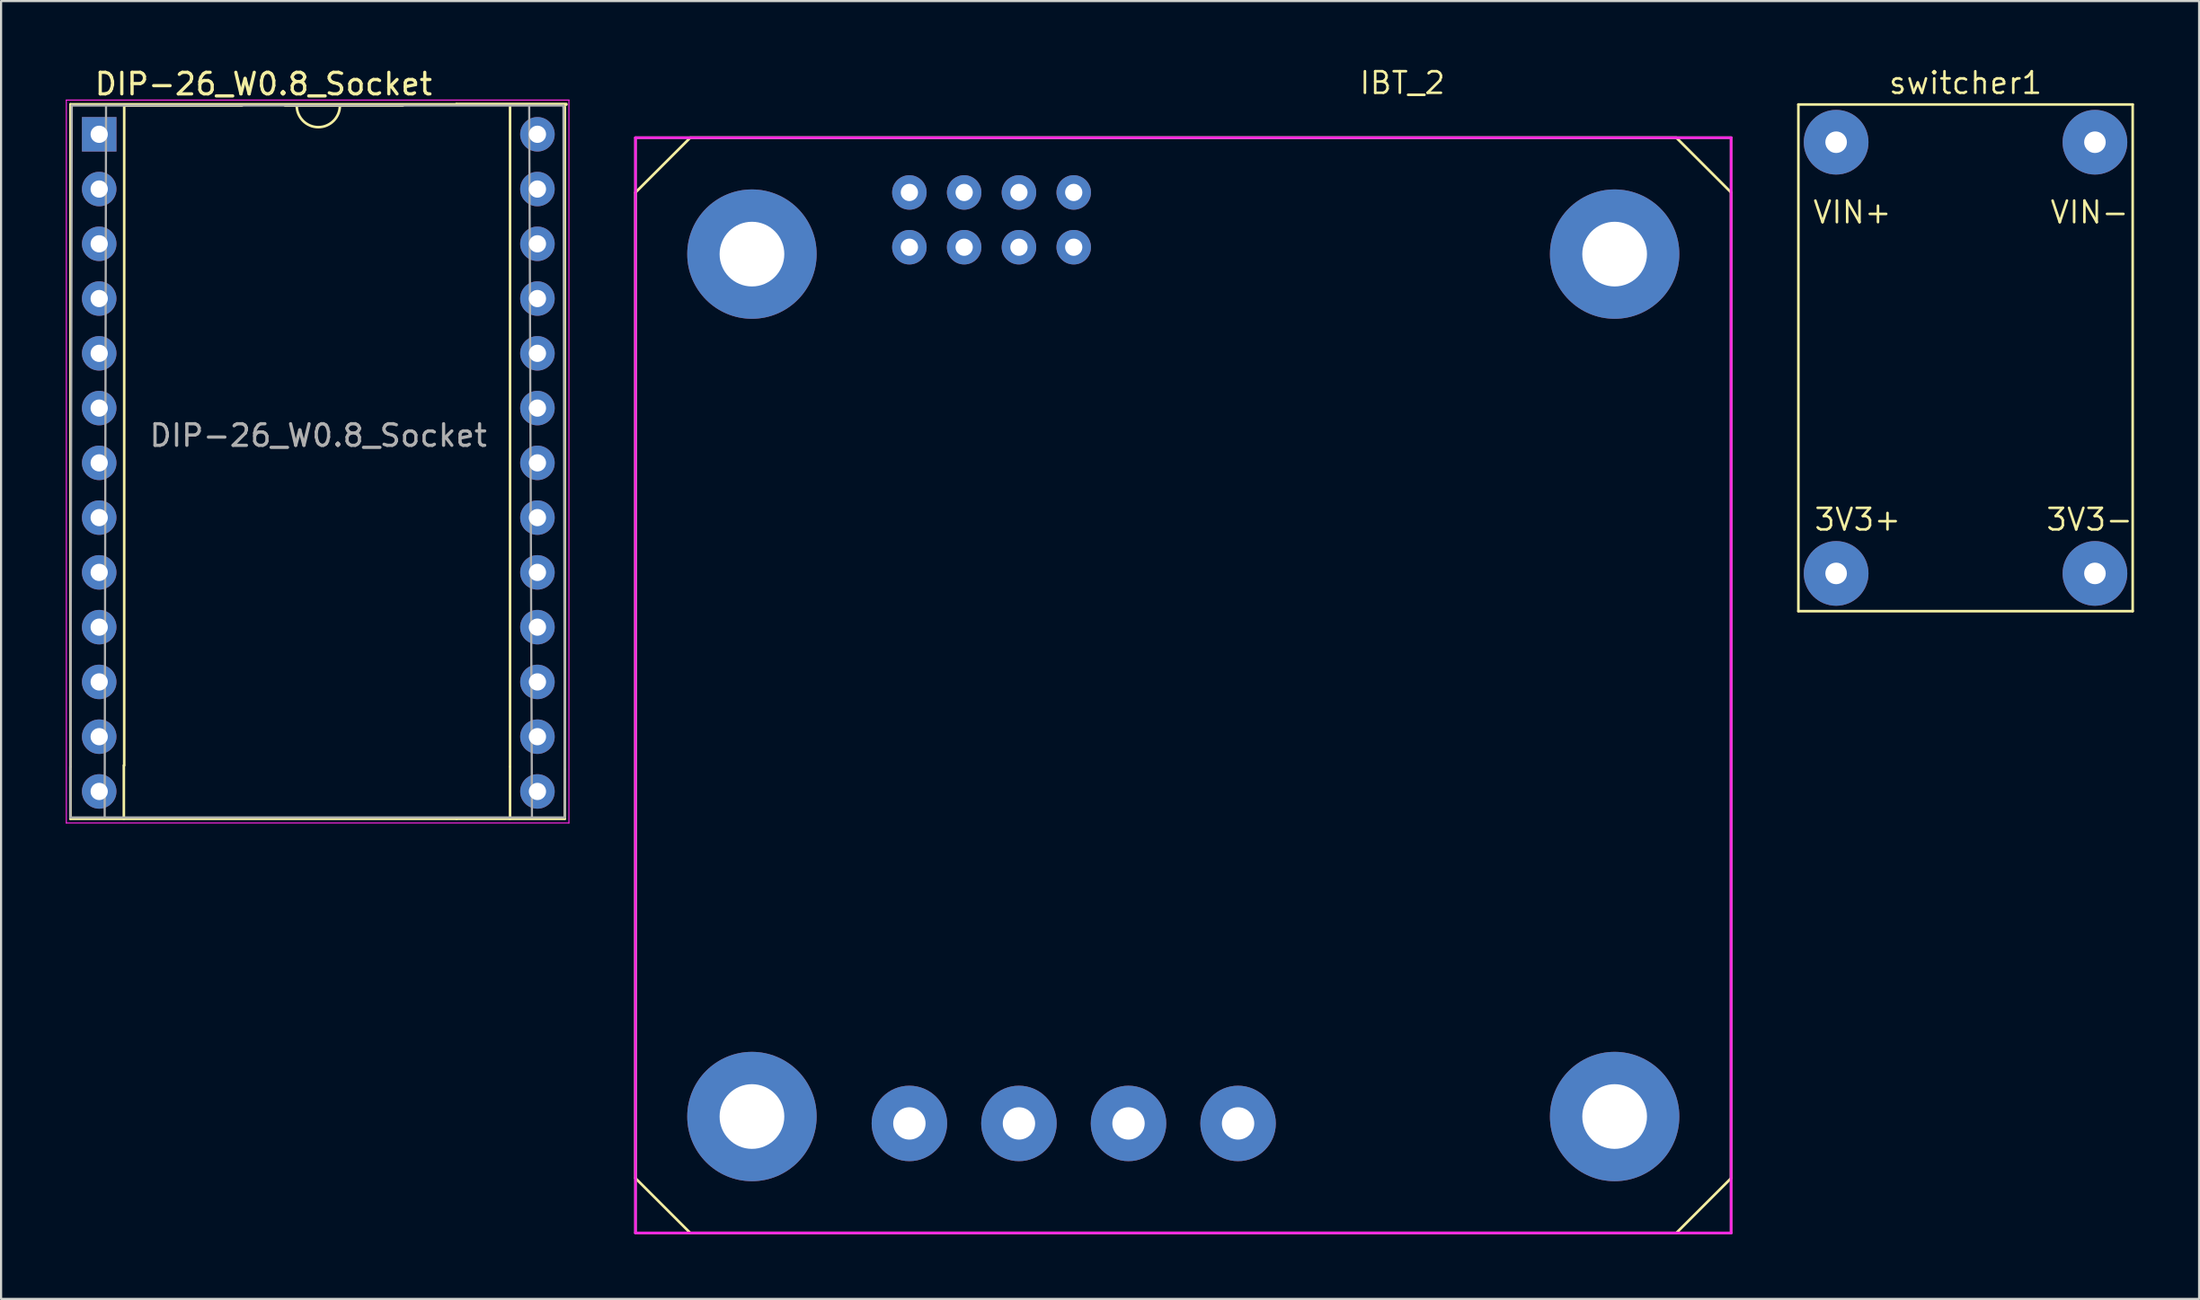
<source format=kicad_pcb>
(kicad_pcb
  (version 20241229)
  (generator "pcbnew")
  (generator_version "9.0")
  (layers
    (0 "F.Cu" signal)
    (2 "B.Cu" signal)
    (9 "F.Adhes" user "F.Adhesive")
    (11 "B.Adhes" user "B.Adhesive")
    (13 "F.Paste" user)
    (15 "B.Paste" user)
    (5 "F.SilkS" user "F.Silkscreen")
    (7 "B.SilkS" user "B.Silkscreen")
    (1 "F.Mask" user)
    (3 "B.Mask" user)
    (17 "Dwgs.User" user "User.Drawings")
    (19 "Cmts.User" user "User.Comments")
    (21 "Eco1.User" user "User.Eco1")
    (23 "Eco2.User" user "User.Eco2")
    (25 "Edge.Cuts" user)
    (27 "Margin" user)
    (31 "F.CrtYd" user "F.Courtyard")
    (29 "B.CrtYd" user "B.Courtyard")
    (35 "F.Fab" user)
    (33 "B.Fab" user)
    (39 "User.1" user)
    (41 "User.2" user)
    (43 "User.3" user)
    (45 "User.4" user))
  (footprint "IBT_2"
    (layer "F.Cu")
    (at 51.815 28.736)
    (property "Reference" "IBT_2" (at 10.16 -27.94 0) (layer "F.SilkS") (effects (font (size 1 1) (thickness 0.12))))
    (attr through_hole)
    (fp_line (start -25.4 -22.86) (end -22.86 -25.4) (stroke (width 0.12) (type solid)) (layer "F.SilkS"))
    (fp_line (start -25.4 22.86) (end -25.4 -22.86) (stroke (width 0.12) (type solid)) (layer "F.SilkS"))
    (fp_line (start -22.86 -25.4) (end 22.86 -25.4) (stroke (width 0.12) (type solid)) (layer "F.SilkS"))
    (fp_line (start -22.86 25.4) (end -25.4 22.86) (stroke (width 0.12) (type solid)) (layer "F.SilkS"))
    (fp_line (start 22.86 -25.4) (end 25.4 -22.86) (stroke (width 0.12) (type solid)) (layer "F.SilkS"))
    (fp_line (start 22.86 25.4) (end -22.86 25.4) (stroke (width 0.12) (type solid)) (layer "F.SilkS"))
    (fp_line (start 25.4 -22.86) (end 25.4 22.86) (stroke (width 0.12) (type solid)) (layer "F.SilkS"))
    (fp_line (start 25.4 22.86) (end 22.86 25.4) (stroke (width 0.12) (type solid)) (layer "F.SilkS"))
    (fp_line (start -25.4 -25.4) (end 25.4 -25.4) (stroke (width 0.12) (type solid)) (layer "F.CrtYd"))
    (fp_line (start -25.4 25.4) (end -25.4 -25.4) (stroke (width 0.12) (type solid)) (layer "F.CrtYd"))
    (fp_line (start 25.4 -25.4) (end 25.4 25.4) (stroke (width 0.12) (type solid)) (layer "F.CrtYd"))
    (fp_line (start 25.4 25.4) (end -25.4 25.4) (stroke (width 0.12) (type solid)) (layer "F.CrtYd"))
    (fp_line (start -25.4 -25.4) (end 25.4 -25.4) (stroke (width 0.12) (type solid)) (layer "F.Fab"))
    (fp_line (start -25.4 25.4) (end -25.4 -25.4) (stroke (width 0.12) (type solid)) (layer "F.Fab"))
    (fp_line (start 25.4 -25.4) (end 25.4 25.4) (stroke (width 0.12) (type solid)) (layer "F.Fab"))
    (fp_line (start 25.4 25.4) (end -25.4 25.4) (stroke (width 0.12) (type solid)) (layer "F.Fab"))
    (pad "1" thru_hole oval (at -12.7 -20.32) (size 1.6 1.6) (drill 0.8) (layers "*.Cu" "*.Mask"))
    (pad "2" thru_hole oval (at -12.7 -22.86) (size 1.6 1.6) (drill 0.8) (layers "*.Cu" "*.Mask"))
    (pad "3" thru_hole oval (at -10.16 -20.32) (size 1.6 1.6) (drill 0.8) (layers "*.Cu" "*.Mask"))
    (pad "4" thru_hole oval (at -10.16 -22.86) (size 1.6 1.6) (drill 0.8) (layers "*.Cu" "*.Mask"))
    (pad "5" thru_hole oval (at -7.62 -20.32) (size 1.6 1.6) (drill 0.8) (layers "*.Cu" "*.Mask"))
    (pad "6" thru_hole oval (at -7.62 -22.86) (size 1.6 1.6) (drill 0.8) (layers "*.Cu" "*.Mask"))
    (pad "7" thru_hole oval (at -5.08 -20.32) (size 1.6 1.6) (drill 0.8) (layers "*.Cu" "*.Mask"))
    (pad "8" thru_hole oval (at -5.08 -22.86) (size 1.6 1.6) (drill 0.8) (layers "*.Cu" "*.Mask"))
    (pad "9" thru_hole oval (at -12.7 20.32) (size 3.5 3.5) (drill 1.5) (layers "*.Cu" "*.Mask"))
    (pad "10" thru_hole oval (at -7.62 20.32) (size 3.5 3.5) (drill 1.5) (layers "*.Cu" "*.Mask"))
    (pad "11" thru_hole oval (at -2.54 20.32) (size 3.5 3.5) (drill 1.5) (layers "*.Cu" "*.Mask"))
    (pad "12" thru_hole oval (at 2.54 20.32) (size 3.5 3.5) (drill 1.5) (layers "*.Cu" "*.Mask"))
    (pad "13" thru_hole oval (at -20 20) (size 6 6) (drill 3) (layers "*.Cu" "*.Mask"))
    (pad "14" thru_hole oval (at 20 20) (size 6 6) (drill 3) (layers "*.Cu" "*.Mask"))
    (pad "15" thru_hole oval (at 20 -20) (size 6 6) (drill 3) (layers "*.Cu" "*.Mask"))
    (pad "16" thru_hole oval (at -20 -20) (size 6 6) (drill 3) (layers "*.Cu" "*.Mask")))
  (footprint "DIP-26_W0.8_Socket"
    (layer "F.Cu")
    (at 1.549 3.178)
    (property "Reference" "DIP-26_W0.8_Socket" (at 7.62 -2.33 0) (layer "F.SilkS") (effects (font (size 1 1) (thickness 0.15))))
    (attr through_hole)
    (fp_line (start -1.333 29.337) (end -1.333 31.75) (stroke (width 0.12) (type solid)) (layer "F.SilkS"))
    (fp_line (start -1.333 31.75) (end 16.573 31.75) (stroke (width 0.12) (type solid)) (layer "F.SilkS"))
    (fp_line (start -1.33 -1.39) (end -1.33 29.33) (stroke (width 0.12) (type solid)) (layer "F.SilkS"))
    (fp_line (start 1.143 29.273) (end 1.143 31.75) (stroke (width 0.12) (type solid)) (layer "F.SilkS"))
    (fp_line (start 1.16 -1.33) (end 1.16 29.27) (stroke (width 0.12) (type solid)) (layer "F.SilkS"))
    (fp_line (start 6.62 -1.33) (end 1.16 -1.33) (stroke (width 0.12) (type solid)) (layer "F.SilkS"))
    (fp_line (start 14.08 -1.33) (end 8.62 -1.33) (stroke (width 0.12) (type solid)) (layer "F.SilkS"))
    (fp_line (start 16.57 -1.39) (end -1.33 -1.39) (stroke (width 0.12) (type solid)) (layer "F.SilkS"))
    (fp_line (start 16.57 -1.39) (end 21.65 -1.39) (stroke (width 0.15) (type solid)) (layer "F.SilkS"))
    (fp_line (start 16.573 31.75) (end 21.59 31.75) (stroke (width 0.12) (type solid)) (layer "F.SilkS"))
    (fp_line (start 19.05 29.33) (end 19.05 -1.27) (stroke (width 0.12) (type solid)) (layer "F.SilkS"))
    (fp_line (start 19.05 29.337) (end 19.05 31.75) (stroke (width 0.12) (type solid)) (layer "F.SilkS"))
    (fp_line (start 21.59 29.45) (end 21.59 -1.27) (stroke (width 0.12) (type solid)) (layer "F.SilkS"))
    (fp_line (start 21.59 31.75) (end 21.59 29.464) (stroke (width 0.12) (type solid)) (layer "F.SilkS"))
    (fp_arc (start 11.16 -1.33) (mid 10.16 -0.33) (end 9.16 -1.33) (stroke (width 0.12) (type solid)) (layer "F.SilkS"))
    (fp_line (start -1.524 -1.587) (end -1.524 31.941) (stroke (width 0.05) (type solid)) (layer "F.CrtYd"))
    (fp_line (start -1.524 31.941) (end 21.78 31.941) (stroke (width 0.05) (type solid)) (layer "F.CrtYd"))
    (fp_line (start 21.78 -1.587) (end -1.524 -1.587) (stroke (width 0.05) (type solid)) (layer "F.CrtYd"))
    (fp_line (start 21.78 31.941) (end 21.78 -1.587) (stroke (width 0.05) (type solid)) (layer "F.CrtYd"))
    (fp_line (start -1.333 31.686) (end 21.59 31.686) (stroke (width 0.1) (type solid)) (layer "F.Fab"))
    (fp_line (start -1.27 -1.333) (end -1.333 31.686) (stroke (width 0.1) (type solid)) (layer "F.Fab"))
    (fp_line (start 0.318 -1.333) (end 0.254 31.686) (stroke (width 0.1) (type solid)) (layer "F.Fab"))
    (fp_line (start 19.939 -1.333) (end 20.066 31.686) (stroke (width 0.1) (type solid)) (layer "F.Fab"))
    (fp_line (start 21.526 -1.333) (end -1.27 -1.333) (stroke (width 0.1) (type solid)) (layer "F.Fab"))
    (fp_line (start 21.526 -1.27) (end 21.526 -1.333) (stroke (width 0.1) (type solid)) (layer "F.Fab"))
    (fp_line (start 21.59 31.686) (end 21.526 -1.27) (stroke (width 0.1) (type solid)) (layer "F.Fab"))
    (fp_text user "${REFERENCE}" (at 10.16 13.97 0) (layer "F.Fab") (effects (font (size 1 1) (thickness 0.15))))
    (pad "1" thru_hole rect (at 0 0) (size 1.6 1.6) (drill 0.8) (layers "*.Cu" "*.Mask"))
    (pad "2" thru_hole oval (at 0 2.54) (size 1.6 1.6) (drill 0.8) (layers "*.Cu" "*.Mask"))
    (pad "3" thru_hole oval (at 0 5.08) (size 1.6 1.6) (drill 0.8) (layers "*.Cu" "*.Mask"))
    (pad "4" thru_hole oval (at 0 7.62) (size 1.6 1.6) (drill 0.8) (layers "*.Cu" "*.Mask"))
    (pad "5" thru_hole oval (at 0 10.16) (size 1.6 1.6) (drill 0.8) (layers "*.Cu" "*.Mask"))
    (pad "6" thru_hole oval (at 0 12.7) (size 1.6 1.6) (drill 0.8) (layers "*.Cu" "*.Mask"))
    (pad "7" thru_hole oval (at 0 15.24) (size 1.6 1.6) (drill 0.8) (layers "*.Cu" "*.Mask"))
    (pad "8" thru_hole oval (at 0 17.78) (size 1.6 1.6) (drill 0.8) (layers "*.Cu" "*.Mask"))
    (pad "9" thru_hole oval (at 0 20.32) (size 1.6 1.6) (drill 0.8) (layers "*.Cu" "*.Mask"))
    (pad "10" thru_hole oval (at 0 22.86) (size 1.6 1.6) (drill 0.8) (layers "*.Cu" "*.Mask"))
    (pad "11" thru_hole oval (at 0 25.4) (size 1.6 1.6) (drill 0.8) (layers "*.Cu" "*.Mask"))
    (pad "12" thru_hole oval (at 0 27.94) (size 1.6 1.6) (drill 0.8) (layers "*.Cu" "*.Mask"))
    (pad "13" thru_hole oval (at 0 30.48) (size 1.6 1.6) (drill 0.8) (layers "*.Cu" "*.Mask"))
    (pad "14" thru_hole oval (at 20.32 30.48) (size 1.6 1.6) (drill 0.8) (layers "*.Cu" "*.Mask"))
    (pad "15" thru_hole oval (at 20.32 27.94) (size 1.6 1.6) (drill 0.8) (layers "*.Cu" "*.Mask"))
    (pad "16" thru_hole oval (at 20.32 25.4) (size 1.6 1.6) (drill 0.8) (layers "*.Cu" "*.Mask"))
    (pad "17" thru_hole oval (at 20.32 22.86) (size 1.6 1.6) (drill 0.8) (layers "*.Cu" "*.Mask"))
    (pad "18" thru_hole oval (at 20.32 20.32) (size 1.6 1.6) (drill 0.8) (layers "*.Cu" "*.Mask"))
    (pad "19" thru_hole oval (at 20.32 17.78) (size 1.6 1.6) (drill 0.8) (layers "*.Cu" "*.Mask"))
    (pad "20" thru_hole oval (at 20.32 15.24) (size 1.6 1.6) (drill 0.8) (layers "*.Cu" "*.Mask"))
    (pad "21" thru_hole oval (at 20.32 12.7) (size 1.6 1.6) (drill 0.8) (layers "*.Cu" "*.Mask"))
    (pad "22" thru_hole oval (at 20.32 10.16) (size 1.6 1.6) (drill 0.8) (layers "*.Cu" "*.Mask"))
    (pad "23" thru_hole oval (at 20.32 7.62) (size 1.6 1.6) (drill 0.8) (layers "*.Cu" "*.Mask"))
    (pad "24" thru_hole oval (at 20.32 5.08) (size 1.6 1.6) (drill 0.8) (layers "*.Cu" "*.Mask"))
    (pad "25" thru_hole oval (at 20.32 2.54) (size 1.6 1.6) (drill 0.8) (layers "*.Cu" "*.Mask"))
    (pad "26" thru_hole oval (at 20.32 0) (size 1.6 1.6) (drill 0.8) (layers "*.Cu" "*.Mask")))
  (footprint "switcher1"
    (layer "F.Cu")
    (at 88.085 13.546)
    (property "Reference" "switcher1" (at 0 -12.75 0) (layer "F.SilkS") (effects (font (size 1 1) (thickness 0.12))))
    (attr through_hole)
    (fp_line (start -7.75 -11.75) (end -7.75 11.75) (stroke (width 0.12) (type solid)) (layer "F.SilkS"))
    (fp_line (start -7.75 11.75) (end 7.75 11.75) (stroke (width 0.12) (type solid)) (layer "F.SilkS"))
    (fp_line (start 7.75 -11.75) (end -7.75 -11.75) (stroke (width 0.12) (type solid)) (layer "F.SilkS"))
    (fp_line (start 7.75 11.75) (end 7.75 -11.75) (stroke (width 0.12) (type solid)) (layer "F.SilkS"))
    (fp_text user "3V3+" (at -5 7.5 0) (layer "F.SilkS") (effects (font (size 1 1) (thickness 0.12))))
    (fp_text user "VIN-" (at 5.75 -6.75 0) (layer "F.SilkS") (effects (font (size 1 1) (thickness 0.12))))
    (fp_text user "3V3-" (at 5.75 7.5 0) (layer "F.SilkS") (effects (font (size 1 1) (thickness 0.12))))
    (fp_text user "VIN+" (at -5.25 -6.75 0) (layer "F.SilkS") (effects (font (size 1 1) (thickness 0.12))))
    (pad "1" thru_hole oval (at -6 -10) (size 3 3) (drill 1) (layers "*.Cu" "*.Mask"))
    (pad "2" thru_hole oval (at -6 10) (size 3 3) (drill 1) (layers "*.Cu" "*.Mask"))
    (pad "3" thru_hole oval (at 6 10) (size 3 3) (drill 1) (layers "*.Cu" "*.Mask"))
    (pad "4" thru_hole oval (at 6 -10) (size 3 3) (drill 1) (layers "*.Cu" "*.Mask")))
  (gr_rect
    (start -3 -3)
    (end 98.915 57.196)
    (stroke (width 0.1) (type default))
    (fill no)
    (layer "Edge.Cuts")))
</source>
